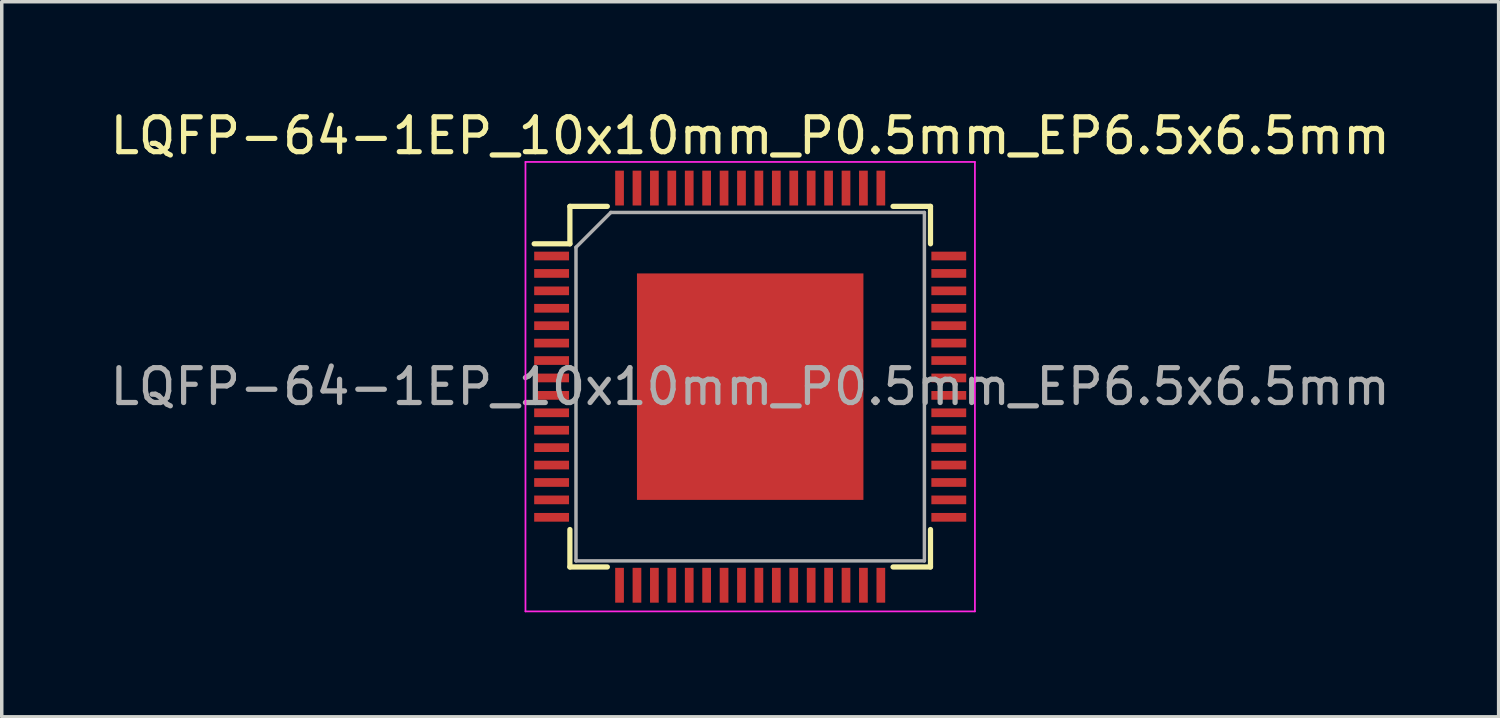
<source format=kicad_pcb>
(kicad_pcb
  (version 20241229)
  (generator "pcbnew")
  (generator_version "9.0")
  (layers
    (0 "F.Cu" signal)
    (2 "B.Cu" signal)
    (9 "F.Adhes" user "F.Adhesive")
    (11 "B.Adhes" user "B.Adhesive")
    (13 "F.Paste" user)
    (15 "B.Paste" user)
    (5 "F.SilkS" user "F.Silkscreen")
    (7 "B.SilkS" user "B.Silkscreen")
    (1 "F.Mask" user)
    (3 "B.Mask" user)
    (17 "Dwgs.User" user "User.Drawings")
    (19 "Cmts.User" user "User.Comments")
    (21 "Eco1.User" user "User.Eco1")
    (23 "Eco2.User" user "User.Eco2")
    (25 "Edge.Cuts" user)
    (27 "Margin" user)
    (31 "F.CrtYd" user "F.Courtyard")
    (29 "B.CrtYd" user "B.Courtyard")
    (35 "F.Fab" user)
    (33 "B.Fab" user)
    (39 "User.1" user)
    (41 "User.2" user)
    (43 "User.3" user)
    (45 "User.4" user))
  (footprint "LQFP-64-1EP_10x10mm_P0.5mm_EP6.5x6.5mm"
    (layer "F.Cu")
    (at 18.482 8.048)
    (property "Reference" "LQFP-64-1EP_10x10mm_P0.5mm_EP6.5x6.5mm" (at 0 -7.2 0) (layer "F.SilkS") (effects (font (size 1 1) (thickness 0.15))))
    (attr smd)
    (fp_line (start -5.175 -5.175) (end -5.175 -4.1) (stroke (width 0.15) (type solid)) (layer "F.SilkS"))
    (fp_line (start -5.175 -5.175) (end -4.1 -5.175) (stroke (width 0.15) (type solid)) (layer "F.SilkS"))
    (fp_line (start -5.175 -4.1) (end -6.2 -4.1) (stroke (width 0.15) (type solid)) (layer "F.SilkS"))
    (fp_line (start -5.175 5.175) (end -5.175 4.1) (stroke (width 0.15) (type solid)) (layer "F.SilkS"))
    (fp_line (start -5.175 5.175) (end -4.1 5.175) (stroke (width 0.15) (type solid)) (layer "F.SilkS"))
    (fp_line (start 5.175 -5.175) (end 4.1 -5.175) (stroke (width 0.15) (type solid)) (layer "F.SilkS"))
    (fp_line (start 5.175 -5.175) (end 5.175 -4.1) (stroke (width 0.15) (type solid)) (layer "F.SilkS"))
    (fp_line (start 5.175 5.175) (end 4.1 5.175) (stroke (width 0.15) (type solid)) (layer "F.SilkS"))
    (fp_line (start 5.175 5.175) (end 5.175 4.1) (stroke (width 0.15) (type solid)) (layer "F.SilkS"))
    (fp_line (start -6.45 -6.45) (end -6.45 6.45) (stroke (width 0.05) (type solid)) (layer "F.CrtYd"))
    (fp_line (start -6.45 -6.45) (end 6.45 -6.45) (stroke (width 0.05) (type solid)) (layer "F.CrtYd"))
    (fp_line (start -6.45 6.45) (end 6.45 6.45) (stroke (width 0.05) (type solid)) (layer "F.CrtYd"))
    (fp_line (start 6.45 -6.45) (end 6.45 6.45) (stroke (width 0.05) (type solid)) (layer "F.CrtYd"))
    (fp_line (start -5 -4) (end -5 5) (stroke (width 0.1) (type solid)) (layer "F.Fab"))
    (fp_line (start -5 5) (end 5 5) (stroke (width 0.1) (type solid)) (layer "F.Fab"))
    (fp_line (start -4 -5) (end -5 -4) (stroke (width 0.1) (type solid)) (layer "F.Fab"))
    (fp_line (start 5 -5) (end -4 -5) (stroke (width 0.1) (type solid)) (layer "F.Fab"))
    (fp_line (start 5 5) (end 5 -5) (stroke (width 0.1) (type solid)) (layer "F.Fab"))
    (fp_text user "${REFERENCE}" (at 0 0 0) (layer "F.Fab") (effects (font (size 1 1) (thickness 0.15))))
    (pad "" smd rect (at -2.6 -2.6) (size 1.01 1.01) (layers "F.Paste"))
    (pad "" smd rect (at -2.6 -1.3) (size 1.01 1.01) (layers "F.Paste"))
    (pad "" smd rect (at -2.6 0) (size 1.01 1.01) (layers "F.Paste"))
    (pad "" smd rect (at -2.6 1.3) (size 1.01 1.01) (layers "F.Paste"))
    (pad "" smd rect (at -2.6 2.6) (size 1.01 1.01) (layers "F.Paste"))
    (pad "" smd rect (at -1.3 -2.6) (size 1.01 1.01) (layers "F.Paste"))
    (pad "" smd rect (at -1.3 -1.3) (size 1.01 1.01) (layers "F.Paste"))
    (pad "" smd rect (at -1.3 0) (size 1.01 1.01) (layers "F.Paste"))
    (pad "" smd rect (at -1.3 1.3) (size 1.01 1.01) (layers "F.Paste"))
    (pad "" smd rect (at -1.3 2.6) (size 1.01 1.01) (layers "F.Paste"))
    (pad "" smd rect (at 0 -2.6) (size 1.01 1.01) (layers "F.Paste"))
    (pad "" smd rect (at 0 -1.3) (size 1.01 1.01) (layers "F.Paste"))
    (pad "" smd rect (at 0 0) (size 1.01 1.01) (layers "F.Paste"))
    (pad "" smd rect (at 0 1.3) (size 1.01 1.01) (layers "F.Paste"))
    (pad "" smd rect (at 0 2.6) (size 1.01 1.01) (layers "F.Paste"))
    (pad "" smd rect (at 1.3 -2.6) (size 1.01 1.01) (layers "F.Paste"))
    (pad "" smd rect (at 1.3 -1.3) (size 1.01 1.01) (layers "F.Paste"))
    (pad "" smd rect (at 1.3 0) (size 1.01 1.01) (layers "F.Paste"))
    (pad "" smd rect (at 1.3 1.3) (size 1.01 1.01) (layers "F.Paste"))
    (pad "" smd rect (at 1.3 2.6) (size 1.01 1.01) (layers "F.Paste"))
    (pad "" smd rect (at 2.6 -2.6) (size 1.01 1.01) (layers "F.Paste"))
    (pad "" smd rect (at 2.6 -1.3) (size 1.01 1.01) (layers "F.Paste"))
    (pad "" smd rect (at 2.6 0) (size 1.01 1.01) (layers "F.Paste"))
    (pad "" smd rect (at 2.6 1.3) (size 1.01 1.01) (layers "F.Paste"))
    (pad "" smd rect (at 2.6 2.6) (size 1.01 1.01) (layers "F.Paste"))
    (pad "1" smd rect (at -5.7 -3.75) (size 1 0.25) (layers "F.Cu" "F.Mask" "F.Paste"))
    (pad "2" smd rect (at -5.7 -3.25) (size 1 0.25) (layers "F.Cu" "F.Mask" "F.Paste"))
    (pad "3" smd rect (at -5.7 -2.75) (size 1 0.25) (layers "F.Cu" "F.Mask" "F.Paste"))
    (pad "4" smd rect (at -5.7 -2.25) (size 1 0.25) (layers "F.Cu" "F.Mask" "F.Paste"))
    (pad "5" smd rect (at -5.7 -1.75) (size 1 0.25) (layers "F.Cu" "F.Mask" "F.Paste"))
    (pad "6" smd rect (at -5.7 -1.25) (size 1 0.25) (layers "F.Cu" "F.Mask" "F.Paste"))
    (pad "7" smd rect (at -5.7 -0.75) (size 1 0.25) (layers "F.Cu" "F.Mask" "F.Paste"))
    (pad "8" smd rect (at -5.7 -0.25) (size 1 0.25) (layers "F.Cu" "F.Mask" "F.Paste"))
    (pad "9" smd rect (at -5.7 0.25) (size 1 0.25) (layers "F.Cu" "F.Mask" "F.Paste"))
    (pad "10" smd rect (at -5.7 0.75) (size 1 0.25) (layers "F.Cu" "F.Mask" "F.Paste"))
    (pad "11" smd rect (at -5.7 1.25) (size 1 0.25) (layers "F.Cu" "F.Mask" "F.Paste"))
    (pad "12" smd rect (at -5.7 1.75) (size 1 0.25) (layers "F.Cu" "F.Mask" "F.Paste"))
    (pad "13" smd rect (at -5.7 2.25) (size 1 0.25) (layers "F.Cu" "F.Mask" "F.Paste"))
    (pad "14" smd rect (at -5.7 2.75) (size 1 0.25) (layers "F.Cu" "F.Mask" "F.Paste"))
    (pad "15" smd rect (at -5.7 3.25) (size 1 0.25) (layers "F.Cu" "F.Mask" "F.Paste"))
    (pad "16" smd rect (at -5.7 3.75) (size 1 0.25) (layers "F.Cu" "F.Mask" "F.Paste"))
    (pad "17" smd rect (at -3.75 5.7 90) (size 1 0.25) (layers "F.Cu" "F.Mask" "F.Paste"))
    (pad "18" smd rect (at -3.25 5.7 90) (size 1 0.25) (layers "F.Cu" "F.Mask" "F.Paste"))
    (pad "19" smd rect (at -2.75 5.7 90) (size 1 0.25) (layers "F.Cu" "F.Mask" "F.Paste"))
    (pad "20" smd rect (at -2.25 5.7 90) (size 1 0.25) (layers "F.Cu" "F.Mask" "F.Paste"))
    (pad "21" smd rect (at -1.75 5.7 90) (size 1 0.25) (layers "F.Cu" "F.Mask" "F.Paste"))
    (pad "22" smd rect (at -1.25 5.7 90) (size 1 0.25) (layers "F.Cu" "F.Mask" "F.Paste"))
    (pad "23" smd rect (at -0.75 5.7 90) (size 1 0.25) (layers "F.Cu" "F.Mask" "F.Paste"))
    (pad "24" smd rect (at -0.25 5.7 90) (size 1 0.25) (layers "F.Cu" "F.Mask" "F.Paste"))
    (pad "25" smd rect (at 0.25 5.7 90) (size 1 0.25) (layers "F.Cu" "F.Mask" "F.Paste"))
    (pad "26" smd rect (at 0.75 5.7 90) (size 1 0.25) (layers "F.Cu" "F.Mask" "F.Paste"))
    (pad "27" smd rect (at 1.25 5.7 90) (size 1 0.25) (layers "F.Cu" "F.Mask" "F.Paste"))
    (pad "28" smd rect (at 1.75 5.7 90) (size 1 0.25) (layers "F.Cu" "F.Mask" "F.Paste"))
    (pad "29" smd rect (at 2.25 5.7 90) (size 1 0.25) (layers "F.Cu" "F.Mask" "F.Paste"))
    (pad "30" smd rect (at 2.75 5.7 90) (size 1 0.25) (layers "F.Cu" "F.Mask" "F.Paste"))
    (pad "31" smd rect (at 3.25 5.7 90) (size 1 0.25) (layers "F.Cu" "F.Mask" "F.Paste"))
    (pad "32" smd rect (at 3.75 5.7 90) (size 1 0.25) (layers "F.Cu" "F.Mask" "F.Paste"))
    (pad "33" smd rect (at 5.7 3.75) (size 1 0.25) (layers "F.Cu" "F.Mask" "F.Paste"))
    (pad "34" smd rect (at 5.7 3.25) (size 1 0.25) (layers "F.Cu" "F.Mask" "F.Paste"))
    (pad "35" smd rect (at 5.7 2.75) (size 1 0.25) (layers "F.Cu" "F.Mask" "F.Paste"))
    (pad "36" smd rect (at 5.7 2.25) (size 1 0.25) (layers "F.Cu" "F.Mask" "F.Paste"))
    (pad "37" smd rect (at 5.7 1.75) (size 1 0.25) (layers "F.Cu" "F.Mask" "F.Paste"))
    (pad "38" smd rect (at 5.7 1.25) (size 1 0.25) (layers "F.Cu" "F.Mask" "F.Paste"))
    (pad "39" smd rect (at 5.7 0.75) (size 1 0.25) (layers "F.Cu" "F.Mask" "F.Paste"))
    (pad "40" smd rect (at 5.7 0.25) (size 1 0.25) (layers "F.Cu" "F.Mask" "F.Paste"))
    (pad "41" smd rect (at 5.7 -0.25) (size 1 0.25) (layers "F.Cu" "F.Mask" "F.Paste"))
    (pad "42" smd rect (at 5.7 -0.75) (size 1 0.25) (layers "F.Cu" "F.Mask" "F.Paste"))
    (pad "43" smd rect (at 5.7 -1.25) (size 1 0.25) (layers "F.Cu" "F.Mask" "F.Paste"))
    (pad "44" smd rect (at 5.7 -1.75) (size 1 0.25) (layers "F.Cu" "F.Mask" "F.Paste"))
    (pad "45" smd rect (at 5.7 -2.25) (size 1 0.25) (layers "F.Cu" "F.Mask" "F.Paste"))
    (pad "46" smd rect (at 5.7 -2.75) (size 1 0.25) (layers "F.Cu" "F.Mask" "F.Paste"))
    (pad "47" smd rect (at 5.7 -3.25) (size 1 0.25) (layers "F.Cu" "F.Mask" "F.Paste"))
    (pad "48" smd rect (at 5.7 -3.75) (size 1 0.25) (layers "F.Cu" "F.Mask" "F.Paste"))
    (pad "49" smd rect (at 3.75 -5.7 90) (size 1 0.25) (layers "F.Cu" "F.Mask" "F.Paste"))
    (pad "50" smd rect (at 3.25 -5.7 90) (size 1 0.25) (layers "F.Cu" "F.Mask" "F.Paste"))
    (pad "51" smd rect (at 2.75 -5.7 90) (size 1 0.25) (layers "F.Cu" "F.Mask" "F.Paste"))
    (pad "52" smd rect (at 2.25 -5.7 90) (size 1 0.25) (layers "F.Cu" "F.Mask" "F.Paste"))
    (pad "53" smd rect (at 1.75 -5.7 90) (size 1 0.25) (layers "F.Cu" "F.Mask" "F.Paste"))
    (pad "54" smd rect (at 1.25 -5.7 90) (size 1 0.25) (layers "F.Cu" "F.Mask" "F.Paste"))
    (pad "55" smd rect (at 0.75 -5.7 90) (size 1 0.25) (layers "F.Cu" "F.Mask" "F.Paste"))
    (pad "56" smd rect (at 0.25 -5.7 90) (size 1 0.25) (layers "F.Cu" "F.Mask" "F.Paste"))
    (pad "57" smd rect (at -0.25 -5.7 90) (size 1 0.25) (layers "F.Cu" "F.Mask" "F.Paste"))
    (pad "58" smd rect (at -0.75 -5.7 90) (size 1 0.25) (layers "F.Cu" "F.Mask" "F.Paste"))
    (pad "59" smd rect (at -1.25 -5.7 90) (size 1 0.25) (layers "F.Cu" "F.Mask" "F.Paste"))
    (pad "60" smd rect (at -1.75 -5.7 90) (size 1 0.25) (layers "F.Cu" "F.Mask" "F.Paste"))
    (pad "61" smd rect (at -2.25 -5.7 90) (size 1 0.25) (layers "F.Cu" "F.Mask" "F.Paste"))
    (pad "62" smd rect (at -2.75 -5.7 90) (size 1 0.25) (layers "F.Cu" "F.Mask" "F.Paste"))
    (pad "63" smd rect (at -3.25 -5.7 90) (size 1 0.25) (layers "F.Cu" "F.Mask" "F.Paste"))
    (pad "64" smd rect (at -3.75 -5.7 90) (size 1 0.25) (layers "F.Cu" "F.Mask" "F.Paste"))
    (pad "65" smd rect (at 0 0) (size 6.5 6.5) (layers "F.Cu" "F.Mask")))
  (gr_rect
    (start -3 -3)
    (end 39.964 17.523)
    (stroke (width 0.1) (type default))
    (fill no)
    (layer "Edge.Cuts")))
</source>
